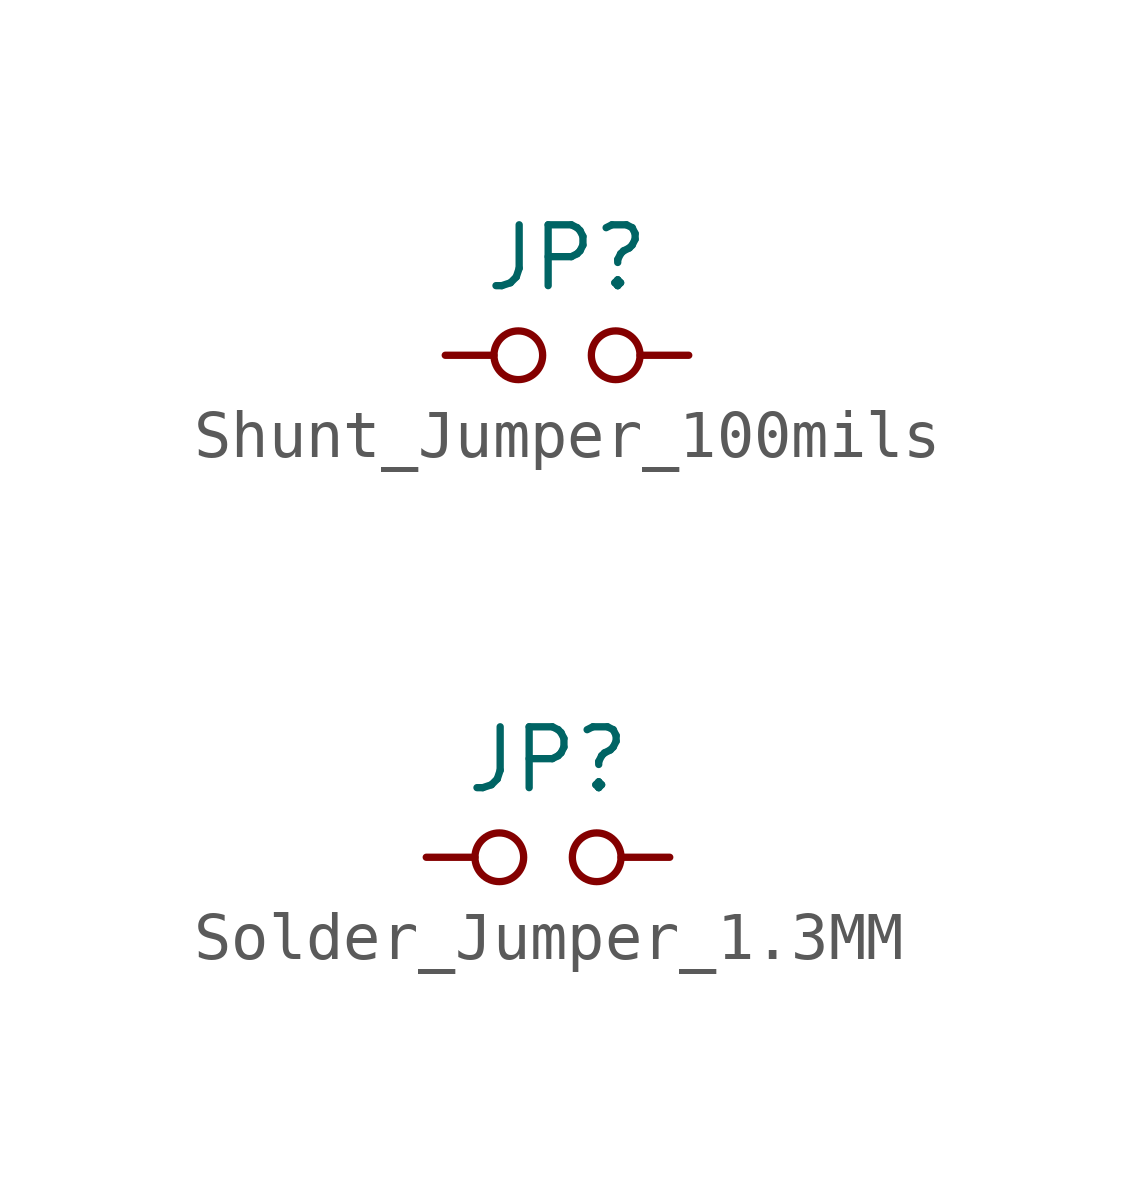
<source format=kicad_sym>
(kicad_symbol_lib
  (version 20211014)
  (generator kicad_symbol_editor)
  (symbol "Shunt_Jumper_100mils"
    (pin_numbers hide)
    (pin_names
      (offset 0.762) hide)
    (property "Reference" "JP"
      (at 0 2.032 0)
      (effects (font (size 1.27 1.27))))
    (symbol "Shunt_Jumper_100mils_0_1"
      (circle (center -1.016 0) (radius 0.508) (stroke (width 0) (type default) (color 0 0 0 0)) (fill (type none)))
      (circle (center 1.016 0) (radius 0.508) (stroke (width 0) (type default) (color 0 0 0 0)) (fill (type none)))
      (pin passive line (at -2.54 0 0) (length 1.016) (name "1" (effects (font (size 1.27 1.27)))) (number "1" (effects (font (size 1.27 1.27)))))
      (pin passive line (at 2.54 0 180) (length 1.016) (name "2" (effects (font (size 1.27 1.27)))) (number "2" (effects (font (size 1.27 1.27)))))))
  (symbol "Solder_Jumper_1.3MM"
    (pin_numbers hide)
    (pin_names
      (offset 0.762) hide)
    (property "Reference" "JP"
      (at 0 2.032 0)
      (effects (font (size 1.27 1.27))))
    (symbol "Solder_Jumper_1.3MM_0_1"
      (circle (center -1.016 0) (radius 0.508) (stroke (width 0) (type default) (color 0 0 0 0)) (fill (type none)))
      (circle (center 1.016 0) (radius 0.508) (stroke (width 0) (type default) (color 0 0 0 0)) (fill (type none)))
      (pin passive line (at -2.54 0 0) (length 1.016) (name "1" (effects (font (size 1.27 1.27)))) (number "1" (effects (font (size 1.27 1.27)))))
      (pin passive line (at 2.54 0 180) (length 1.016) (name "2" (effects (font (size 1.27 1.27)))) (number "2" (effects (font (size 1.27 1.27))))))))
</source>
